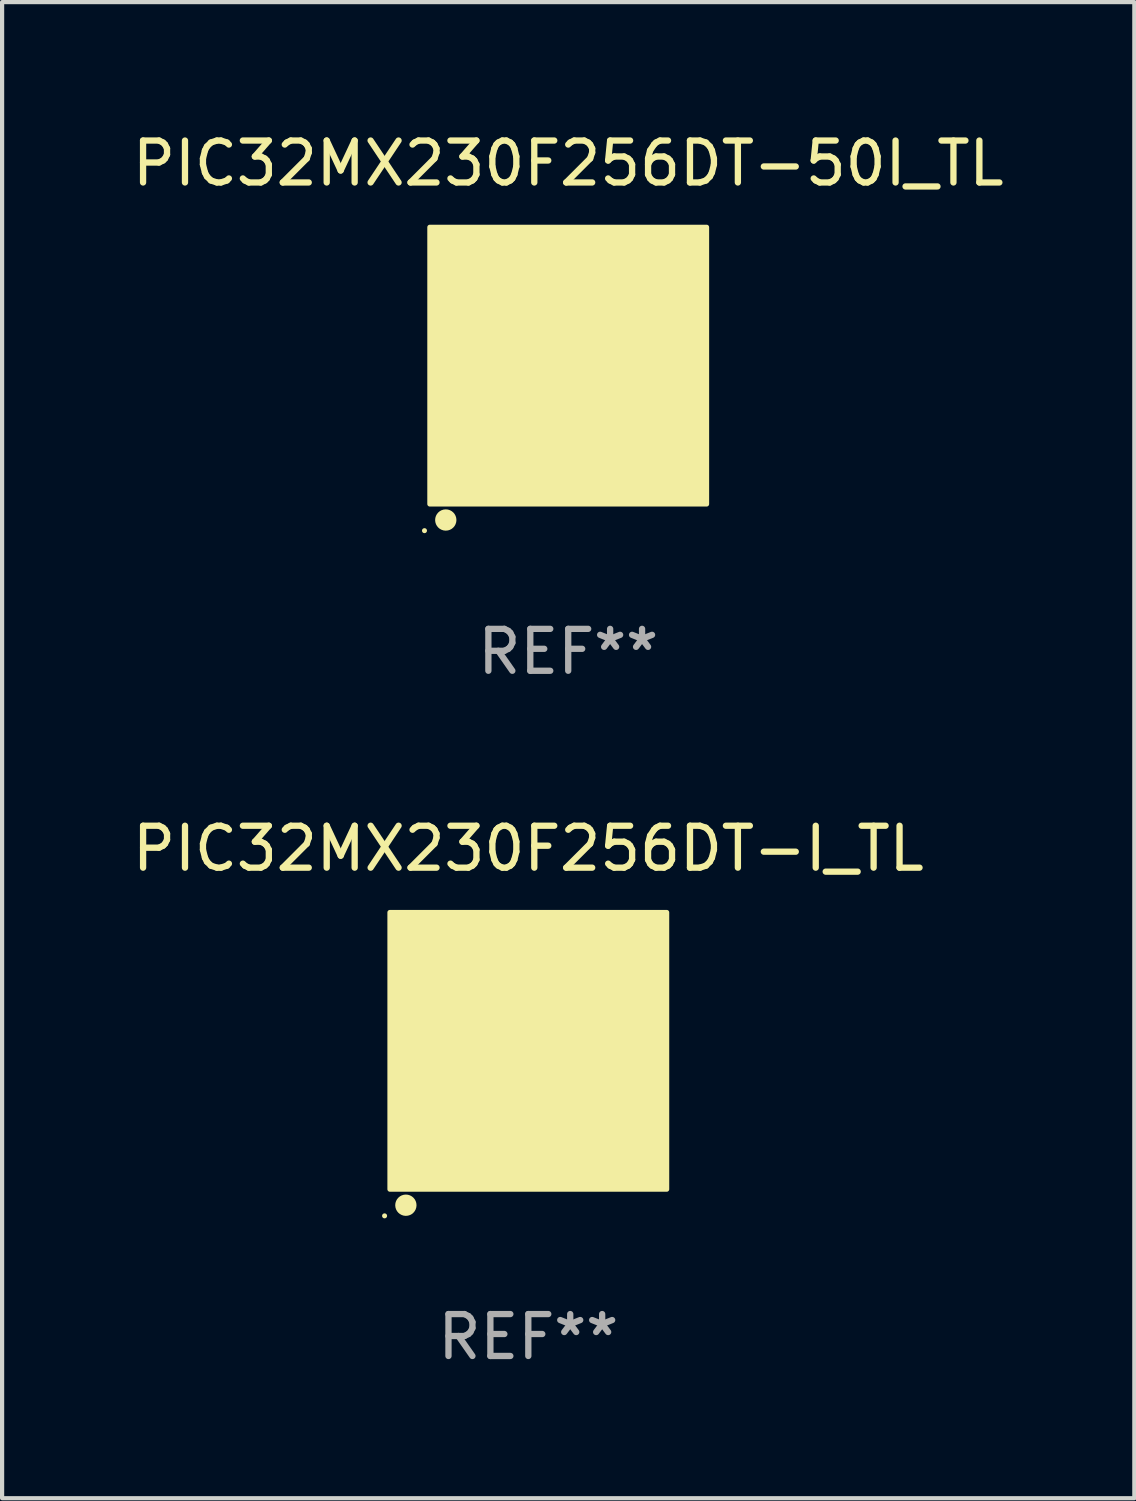
<source format=kicad_pcb>
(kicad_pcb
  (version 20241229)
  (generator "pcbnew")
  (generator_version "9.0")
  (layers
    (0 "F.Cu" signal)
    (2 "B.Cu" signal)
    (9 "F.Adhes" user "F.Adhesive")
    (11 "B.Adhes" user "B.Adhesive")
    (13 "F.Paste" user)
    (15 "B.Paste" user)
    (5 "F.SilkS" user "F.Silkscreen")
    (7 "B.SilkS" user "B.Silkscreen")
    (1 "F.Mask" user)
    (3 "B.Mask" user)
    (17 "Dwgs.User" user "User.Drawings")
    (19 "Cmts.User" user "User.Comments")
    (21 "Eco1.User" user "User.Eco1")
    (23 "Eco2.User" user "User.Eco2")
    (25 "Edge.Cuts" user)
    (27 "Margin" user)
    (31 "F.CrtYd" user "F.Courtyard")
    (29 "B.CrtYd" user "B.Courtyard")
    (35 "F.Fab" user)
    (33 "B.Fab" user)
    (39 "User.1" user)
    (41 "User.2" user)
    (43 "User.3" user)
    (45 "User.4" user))
  (footprint "PIC32MX230F256DT-50I_TL"
    (layer "F.Cu")
    (at 10.506 5.673)
    (property "Reference" "PIC32MX230F256DT-50I_TL" (at 0 -4.825 0) (layer "F.SilkS") (effects (font (size 1 1) (thickness 0.15))))
    (attr through_hole)
    (fp_circle (center -3.429 3.937) (end -3.399 3.937) (stroke (width 0.06) (type solid)) (fill no) (layer "F.SilkS"))
    (fp_circle (center -2.921 3.683) (end -2.794 3.683) (stroke (width 0.254) (type solid)) (fill no) (layer "F.SilkS"))
    (fp_poly (pts (xy -3.302 -3.302) (xy 3.302 -3.302) (xy 3.302 3.302) (xy -3.302 3.302)) (stroke (width 0.12) (type solid)) (fill yes) (layer "F.SilkS"))
    (fp_text user "REF**" (at 0 6.825 0) (layer "F.Fab") (effects (font (size 1 1) (thickness 0.15))))
    (pad "1" smd rect (at -2.25 2.825) (size 0.3 0.45) (layers "F.Cu" "F.Mask" "F.Paste"))
    (pad "2" smd rect (at -1.75 2.825) (size 0.3 0.45) (layers "F.Cu" "F.Mask" "F.Paste"))
    (pad "3" smd rect (at -1.25 2.825) (size 0.3 0.45) (layers "F.Cu" "F.Mask" "F.Paste"))
    (pad "4" smd rect (at -0.75 2.825) (size 0.3 0.45) (layers "F.Cu" "F.Mask" "F.Paste"))
    (pad "5" smd rect (at -0.25 2.825) (size 0.3 0.45) (layers "F.Cu" "F.Mask" "F.Paste"))
    (pad "6" smd rect (at 0.25 2.825) (size 0.3 0.45) (layers "F.Cu" "F.Mask" "F.Paste"))
    (pad "7" smd rect (at 0.75 2.825) (size 0.3 0.45) (layers "F.Cu" "F.Mask" "F.Paste"))
    (pad "8" smd rect (at 1.25 2.825) (size 0.3 0.45) (layers "F.Cu" "F.Mask" "F.Paste"))
    (pad "9" smd rect (at 1.75 2.825) (size 0.3 0.45) (layers "F.Cu" "F.Mask" "F.Paste"))
    (pad "10" smd rect (at 2.25 2.825) (size 0.3 0.45) (layers "F.Cu" "F.Mask" "F.Paste"))
    (pad "11" smd rect (at 2.825 2.825 90) (size 0.45 0.45) (layers "F.Cu" "F.Mask" "F.Paste"))
    (pad "12" smd rect (at 2.825 2.25 90) (size 0.3 0.45) (layers "F.Cu" "F.Mask" "F.Paste"))
    (pad "13" smd rect (at 2.825 1.75 90) (size 0.3 0.45) (layers "F.Cu" "F.Mask" "F.Paste"))
    (pad "14" smd rect (at 2.825 1.25 90) (size 0.3 0.45) (layers "F.Cu" "F.Mask" "F.Paste"))
    (pad "15" smd rect (at 2.825 0.75 90) (size 0.3 0.45) (layers "F.Cu" "F.Mask" "F.Paste"))
    (pad "16" smd rect (at 2.825 0.25 90) (size 0.3 0.45) (layers "F.Cu" "F.Mask" "F.Paste"))
    (pad "17" smd rect (at 2.825 -0.25 90) (size 0.3 0.45) (layers "F.Cu" "F.Mask" "F.Paste"))
    (pad "18" smd rect (at 2.825 -0.75 90) (size 0.3 0.45) (layers "F.Cu" "F.Mask" "F.Paste"))
    (pad "19" smd rect (at 2.825 -1.25 90) (size 0.3 0.45) (layers "F.Cu" "F.Mask" "F.Paste"))
    (pad "20" smd rect (at 2.825 -1.75 90) (size 0.3 0.45) (layers "F.Cu" "F.Mask" "F.Paste"))
    (pad "21" smd rect (at 2.825 -2.25 90) (size 0.3 0.45) (layers "F.Cu" "F.Mask" "F.Paste"))
    (pad "22" smd rect (at 2.825 -2.825 90) (size 0.45 0.45) (layers "F.Cu" "F.Mask" "F.Paste"))
    (pad "23" smd rect (at 2.25 -2.825) (size 0.3 0.45) (layers "F.Cu" "F.Mask" "F.Paste"))
    (pad "24" smd rect (at 1.75 -2.825) (size 0.3 0.45) (layers "F.Cu" "F.Mask" "F.Paste"))
    (pad "25" smd rect (at 1.25 -2.825) (size 0.3 0.45) (layers "F.Cu" "F.Mask" "F.Paste"))
    (pad "26" smd rect (at 0.75 -2.825) (size 0.3 0.45) (layers "F.Cu" "F.Mask" "F.Paste"))
    (pad "27" smd rect (at 0.25 -2.825) (size 0.3 0.45) (layers "F.Cu" "F.Mask" "F.Paste"))
    (pad "28" smd rect (at -0.25 -2.825) (size 0.3 0.45) (layers "F.Cu" "F.Mask" "F.Paste"))
    (pad "29" smd rect (at -0.75 -2.825) (size 0.3 0.45) (layers "F.Cu" "F.Mask" "F.Paste"))
    (pad "30" smd rect (at -1.25 -2.825) (size 0.3 0.45) (layers "F.Cu" "F.Mask" "F.Paste"))
    (pad "31" smd rect (at -1.75 -2.825) (size 0.3 0.45) (layers "F.Cu" "F.Mask" "F.Paste"))
    (pad "32" smd rect (at -2.25 -2.825) (size 0.3 0.45) (layers "F.Cu" "F.Mask" "F.Paste"))
    (pad "33" smd rect (at -2.825 -2.825 90) (size 0.45 0.45) (layers "F.Cu" "F.Mask" "F.Paste"))
    (pad "34" smd rect (at -2.825 -2.25 90) (size 0.3 0.45) (layers "F.Cu" "F.Mask" "F.Paste"))
    (pad "35" smd rect (at -2.825 -1.75 90) (size 0.3 0.45) (layers "F.Cu" "F.Mask" "F.Paste"))
    (pad "36" smd rect (at -2.825 -1.25 90) (size 0.3 0.45) (layers "F.Cu" "F.Mask" "F.Paste"))
    (pad "37" smd rect (at -2.825 -0.75 90) (size 0.3 0.45) (layers "F.Cu" "F.Mask" "F.Paste"))
    (pad "38" smd rect (at -2.825 -0.25 90) (size 0.3 0.45) (layers "F.Cu" "F.Mask" "F.Paste"))
    (pad "39" smd rect (at -2.825 0.25 90) (size 0.3 0.45) (layers "F.Cu" "F.Mask" "F.Paste"))
    (pad "40" smd rect (at -2.825 0.75 90) (size 0.3 0.45) (layers "F.Cu" "F.Mask" "F.Paste"))
    (pad "41" smd rect (at -2.825 1.25 90) (size 0.3 0.45) (layers "F.Cu" "F.Mask" "F.Paste"))
    (pad "42" smd rect (at -2.825 1.75 90) (size 0.3 0.45) (layers "F.Cu" "F.Mask" "F.Paste"))
    (pad "43" smd rect (at -2.825 2.25 90) (size 0.3 0.45) (layers "F.Cu" "F.Mask" "F.Paste"))
    (pad "44" smd rect (at -2.825 2.825 90) (size 0.45 0.45) (layers "F.Cu" "F.Mask" "F.Paste"))
    (pad "45" smd rect (at 0 0 90) (size 4.6 4.6) (layers "F.Cu" "F.Mask" "F.Paste")))
  (footprint "PIC32MX230F256DT-I_TL"
    (layer "F.Cu")
    (at 9.554 22.02)
    (property "Reference" "PIC32MX230F256DT-I_TL" (at 0 -4.825 0) (layer "F.SilkS") (effects (font (size 1 1) (thickness 0.15))))
    (attr through_hole)
    (fp_circle (center -3.429 3.937) (end -3.399 3.937) (stroke (width 0.06) (type solid)) (fill no) (layer "F.SilkS"))
    (fp_circle (center -2.921 3.683) (end -2.794 3.683) (stroke (width 0.254) (type solid)) (fill no) (layer "F.SilkS"))
    (fp_poly (pts (xy -3.302 -3.302) (xy 3.302 -3.302) (xy 3.302 3.302) (xy -3.302 3.302)) (stroke (width 0.12) (type solid)) (fill yes) (layer "F.SilkS"))
    (fp_text user "REF**" (at 0 6.825 0) (layer "F.Fab") (effects (font (size 1 1) (thickness 0.15))))
    (pad "1" smd rect (at -2.25 2.825) (size 0.3 0.45) (layers "F.Cu" "F.Mask" "F.Paste"))
    (pad "2" smd rect (at -1.75 2.825) (size 0.3 0.45) (layers "F.Cu" "F.Mask" "F.Paste"))
    (pad "3" smd rect (at -1.25 2.825) (size 0.3 0.45) (layers "F.Cu" "F.Mask" "F.Paste"))
    (pad "4" smd rect (at -0.75 2.825) (size 0.3 0.45) (layers "F.Cu" "F.Mask" "F.Paste"))
    (pad "5" smd rect (at -0.25 2.825) (size 0.3 0.45) (layers "F.Cu" "F.Mask" "F.Paste"))
    (pad "6" smd rect (at 0.25 2.825) (size 0.3 0.45) (layers "F.Cu" "F.Mask" "F.Paste"))
    (pad "7" smd rect (at 0.75 2.825) (size 0.3 0.45) (layers "F.Cu" "F.Mask" "F.Paste"))
    (pad "8" smd rect (at 1.25 2.825) (size 0.3 0.45) (layers "F.Cu" "F.Mask" "F.Paste"))
    (pad "9" smd rect (at 1.75 2.825) (size 0.3 0.45) (layers "F.Cu" "F.Mask" "F.Paste"))
    (pad "10" smd rect (at 2.25 2.825) (size 0.3 0.45) (layers "F.Cu" "F.Mask" "F.Paste"))
    (pad "11" smd rect (at 2.825 2.825 90) (size 0.45 0.45) (layers "F.Cu" "F.Mask" "F.Paste"))
    (pad "12" smd rect (at 2.825 2.25 90) (size 0.3 0.45) (layers "F.Cu" "F.Mask" "F.Paste"))
    (pad "13" smd rect (at 2.825 1.75 90) (size 0.3 0.45) (layers "F.Cu" "F.Mask" "F.Paste"))
    (pad "14" smd rect (at 2.825 1.25 90) (size 0.3 0.45) (layers "F.Cu" "F.Mask" "F.Paste"))
    (pad "15" smd rect (at 2.825 0.75 90) (size 0.3 0.45) (layers "F.Cu" "F.Mask" "F.Paste"))
    (pad "16" smd rect (at 2.825 0.25 90) (size 0.3 0.45) (layers "F.Cu" "F.Mask" "F.Paste"))
    (pad "17" smd rect (at 2.825 -0.25 90) (size 0.3 0.45) (layers "F.Cu" "F.Mask" "F.Paste"))
    (pad "18" smd rect (at 2.825 -0.75 90) (size 0.3 0.45) (layers "F.Cu" "F.Mask" "F.Paste"))
    (pad "19" smd rect (at 2.825 -1.25 90) (size 0.3 0.45) (layers "F.Cu" "F.Mask" "F.Paste"))
    (pad "20" smd rect (at 2.825 -1.75 90) (size 0.3 0.45) (layers "F.Cu" "F.Mask" "F.Paste"))
    (pad "21" smd rect (at 2.825 -2.25 90) (size 0.3 0.45) (layers "F.Cu" "F.Mask" "F.Paste"))
    (pad "22" smd rect (at 2.825 -2.825 90) (size 0.45 0.45) (layers "F.Cu" "F.Mask" "F.Paste"))
    (pad "23" smd rect (at 2.25 -2.825) (size 0.3 0.45) (layers "F.Cu" "F.Mask" "F.Paste"))
    (pad "24" smd rect (at 1.75 -2.825) (size 0.3 0.45) (layers "F.Cu" "F.Mask" "F.Paste"))
    (pad "25" smd rect (at 1.25 -2.825) (size 0.3 0.45) (layers "F.Cu" "F.Mask" "F.Paste"))
    (pad "26" smd rect (at 0.75 -2.825) (size 0.3 0.45) (layers "F.Cu" "F.Mask" "F.Paste"))
    (pad "27" smd rect (at 0.25 -2.825) (size 0.3 0.45) (layers "F.Cu" "F.Mask" "F.Paste"))
    (pad "28" smd rect (at -0.25 -2.825) (size 0.3 0.45) (layers "F.Cu" "F.Mask" "F.Paste"))
    (pad "29" smd rect (at -0.75 -2.825) (size 0.3 0.45) (layers "F.Cu" "F.Mask" "F.Paste"))
    (pad "30" smd rect (at -1.25 -2.825) (size 0.3 0.45) (layers "F.Cu" "F.Mask" "F.Paste"))
    (pad "31" smd rect (at -1.75 -2.825) (size 0.3 0.45) (layers "F.Cu" "F.Mask" "F.Paste"))
    (pad "32" smd rect (at -2.25 -2.825) (size 0.3 0.45) (layers "F.Cu" "F.Mask" "F.Paste"))
    (pad "33" smd rect (at -2.825 -2.825 90) (size 0.45 0.45) (layers "F.Cu" "F.Mask" "F.Paste"))
    (pad "34" smd rect (at -2.825 -2.25 90) (size 0.3 0.45) (layers "F.Cu" "F.Mask" "F.Paste"))
    (pad "35" smd rect (at -2.825 -1.75 90) (size 0.3 0.45) (layers "F.Cu" "F.Mask" "F.Paste"))
    (pad "36" smd rect (at -2.825 -1.25 90) (size 0.3 0.45) (layers "F.Cu" "F.Mask" "F.Paste"))
    (pad "37" smd rect (at -2.825 -0.75 90) (size 0.3 0.45) (layers "F.Cu" "F.Mask" "F.Paste"))
    (pad "38" smd rect (at -2.825 -0.25 90) (size 0.3 0.45) (layers "F.Cu" "F.Mask" "F.Paste"))
    (pad "39" smd rect (at -2.825 0.25 90) (size 0.3 0.45) (layers "F.Cu" "F.Mask" "F.Paste"))
    (pad "40" smd rect (at -2.825 0.75 90) (size 0.3 0.45) (layers "F.Cu" "F.Mask" "F.Paste"))
    (pad "41" smd rect (at -2.825 1.25 90) (size 0.3 0.45) (layers "F.Cu" "F.Mask" "F.Paste"))
    (pad "42" smd rect (at -2.825 1.75 90) (size 0.3 0.45) (layers "F.Cu" "F.Mask" "F.Paste"))
    (pad "43" smd rect (at -2.825 2.25 90) (size 0.3 0.45) (layers "F.Cu" "F.Mask" "F.Paste"))
    (pad "44" smd rect (at -2.825 2.825 90) (size 0.45 0.45) (layers "F.Cu" "F.Mask" "F.Paste"))
    (pad "45" smd rect (at 0 0 90) (size 4.6 4.6) (layers "F.Cu" "F.Mask" "F.Paste")))
  (gr_rect
    (start -3 -3)
    (end 24.012 32.693)
    (stroke (width 0.1) (type default))
    (fill no)
    (layer "Edge.Cuts")))
</source>
